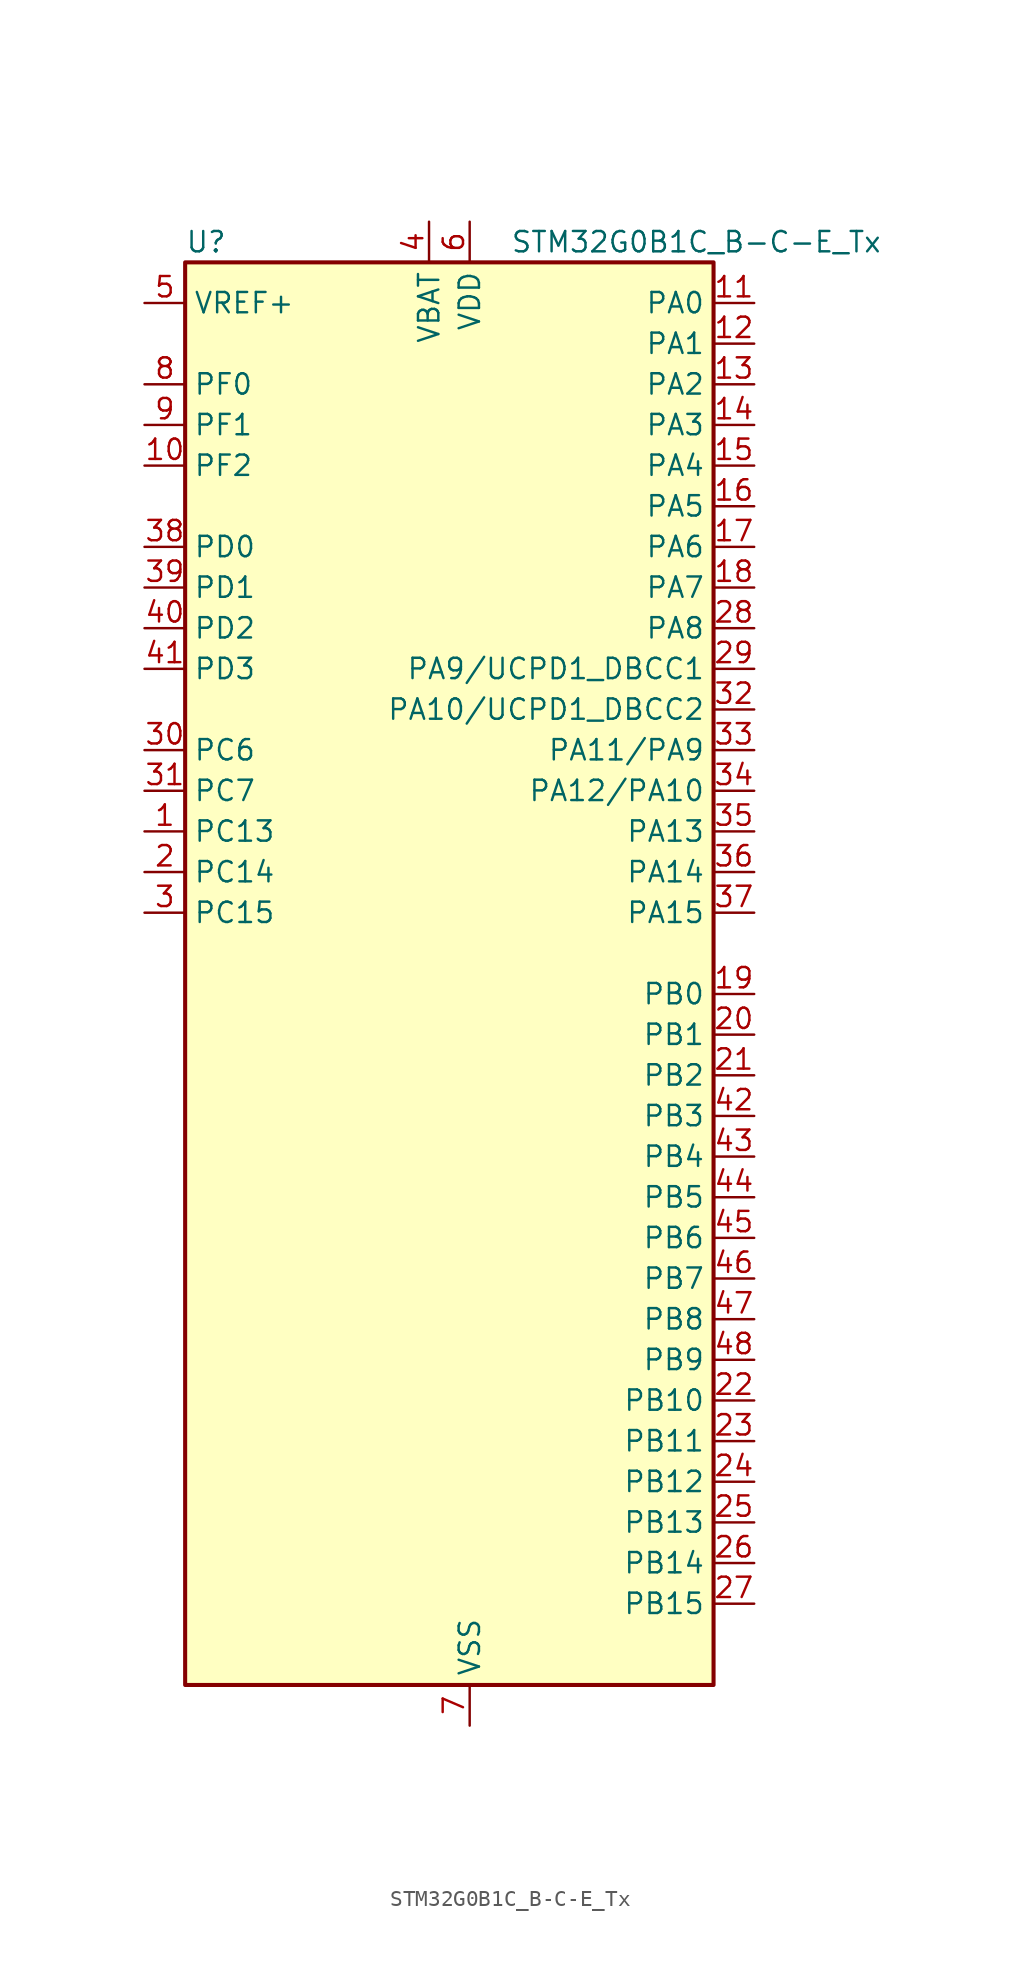
<source format=kicad_sym>
(kicad_symbol_lib
  (version 20231120)
  (generator "kicad_symbol_editor")
  (generator_version "8.0")
  (symbol "STM32G0B1C_B-C-E_Tx"
    (property "Reference" "U"
      (at -15.24 46.99 0)
      (effects (font (size 1.27 1.27)) (justify left)))
    (property "Value" "STM32G0B1C_B-C-E_Tx"
      (at 5.08 46.99 0)
      (effects (font (size 1.27 1.27)) (justify left)))
    (property "ki_locked" ""
      (at 0 0 0)
      (effects (font (size 1.27 1.27))))
    (symbol "STM32G0B1C_B-C-E_Tx_0_1"
      (rectangle (start -15.24 -43.18) (end 17.78 45.72) (stroke (width 0.254) (type default)) (fill (type background))))
    (symbol "STM32G0B1C_B-C-E_Tx_1_1"
      (pin bidirectional line (at -17.78 10.16 0) (length 2.54) (name "PC13" (effects (font (size 1.27 1.27)))) (number "1" (effects (font (size 1.27 1.27)))) (alternate "RTC_OUT1" bidirectional line) (alternate "RTC_TAMP_IN1" bidirectional line) (alternate "RTC_TS" bidirectional line) (alternate "SYS_WKUP2" bidirectional line) (alternate "TIM1_BK" bidirectional line))
      (pin bidirectional line (at -17.78 33.02 0) (length 2.54) (name "PF2" (effects (font (size 1.27 1.27)))) (number "10" (effects (font (size 1.27 1.27)))) (alternate "LPUART2_DE" bidirectional line) (alternate "LPUART2_RTS" bidirectional line) (alternate "LPUART2_TX" bidirectional line) (alternate "RCC_MCO" bidirectional line))
      (pin bidirectional line (at 20.32 43.18 180) (length 2.54) (name "PA0" (effects (font (size 1.27 1.27)))) (number "11" (effects (font (size 1.27 1.27)))) (alternate "ADC1_IN0" bidirectional line) (alternate "COMP1_INM" bidirectional line) (alternate "COMP1_OUT" bidirectional line) (alternate "I2S2_CK" bidirectional line) (alternate "LPTIM1_OUT" bidirectional line) (alternate "RTC_TAMP_IN2" bidirectional line) (alternate "SPI2_SCK" bidirectional line) (alternate "SYS_WKUP1" bidirectional line) (alternate "TIM2_CH1" bidirectional line) (alternate "TIM2_ETR" bidirectional line) (alternate "UCPD2_FRSTX1" bidirectional line) (alternate "UCPD2_FRSTX2" bidirectional line) (alternate "USART2_CTS" bidirectional line) (alternate "USART2_NSS" bidirectional line) (alternate "USART4_TX" bidirectional line))
      (pin bidirectional line (at 20.32 40.64 180) (length 2.54) (name "PA1" (effects (font (size 1.27 1.27)))) (number "12" (effects (font (size 1.27 1.27)))) (alternate "ADC1_IN1" bidirectional line) (alternate "COMP1_INP" bidirectional line) (alternate "I2C1_SMBA" bidirectional line) (alternate "I2S1_CK" bidirectional line) (alternate "SPI1_SCK" bidirectional line) (alternate "TIM15_CH1N" bidirectional line) (alternate "TIM2_CH2" bidirectional line) (alternate "USART2_CK" bidirectional line) (alternate "USART2_DE" bidirectional line) (alternate "USART2_RTS" bidirectional line) (alternate "USART4_RX" bidirectional line))
      (pin bidirectional line (at 20.32 38.1 180) (length 2.54) (name "PA2" (effects (font (size 1.27 1.27)))) (number "13" (effects (font (size 1.27 1.27)))) (alternate "ADC1_IN2" bidirectional line) (alternate "COMP2_INM" bidirectional line) (alternate "COMP2_OUT" bidirectional line) (alternate "I2S1_SD" bidirectional line) (alternate "LPUART1_TX" bidirectional line) (alternate "RCC_LSCO" bidirectional line) (alternate "SPI1_MOSI" bidirectional line) (alternate "SYS_WKUP4" bidirectional line) (alternate "TIM15_CH1" bidirectional line) (alternate "TIM2_CH3" bidirectional line) (alternate "UCPD1_FRSTX1" bidirectional line) (alternate "UCPD1_FRSTX2" bidirectional line) (alternate "USART2_TX" bidirectional line))
      (pin bidirectional line (at 20.32 35.56 180) (length 2.54) (name "PA3" (effects (font (size 1.27 1.27)))) (number "14" (effects (font (size 1.27 1.27)))) (alternate "ADC1_IN3" bidirectional line) (alternate "COMP2_INP" bidirectional line) (alternate "I2S2_MCK" bidirectional line) (alternate "LPUART1_RX" bidirectional line) (alternate "SPI2_MISO" bidirectional line) (alternate "TIM15_CH2" bidirectional line) (alternate "TIM2_CH4" bidirectional line) (alternate "UCPD2_FRSTX1" bidirectional line) (alternate "UCPD2_FRSTX2" bidirectional line) (alternate "USART2_RX" bidirectional line))
      (pin bidirectional line (at 20.32 33.02 180) (length 2.54) (name "PA4" (effects (font (size 1.27 1.27)))) (number "15" (effects (font (size 1.27 1.27)))) (alternate "ADC1_IN4" bidirectional line) (alternate "DAC1_OUT1" bidirectional line) (alternate "I2S1_WS" bidirectional line) (alternate "I2S2_SD" bidirectional line) (alternate "LPTIM2_OUT" bidirectional line) (alternate "RTC_OUT2" bidirectional line) (alternate "SPI1_NSS" bidirectional line) (alternate "SPI2_MOSI" bidirectional line) (alternate "SPI3_NSS" bidirectional line) (alternate "TIM14_CH1" bidirectional line) (alternate "UCPD2_FRSTX1" bidirectional line) (alternate "UCPD2_FRSTX2" bidirectional line) (alternate "USART6_TX" bidirectional line) (alternate "USB_NOE" bidirectional line))
      (pin bidirectional line (at 20.32 30.48 180) (length 2.54) (name "PA5" (effects (font (size 1.27 1.27)))) (number "16" (effects (font (size 1.27 1.27)))) (alternate "ADC1_IN5" bidirectional line) (alternate "CEC" bidirectional line) (alternate "DAC1_OUT2" bidirectional line) (alternate "I2S1_CK" bidirectional line) (alternate "LPTIM2_ETR" bidirectional line) (alternate "SPI1_SCK" bidirectional line) (alternate "TIM2_CH1" bidirectional line) (alternate "TIM2_ETR" bidirectional line) (alternate "UCPD1_FRSTX1" bidirectional line) (alternate "UCPD1_FRSTX2" bidirectional line) (alternate "USART3_TX" bidirectional line) (alternate "USART6_RX" bidirectional line))
      (pin bidirectional line (at 20.32 27.94 180) (length 2.54) (name "PA6" (effects (font (size 1.27 1.27)))) (number "17" (effects (font (size 1.27 1.27)))) (alternate "ADC1_IN6" bidirectional line) (alternate "COMP1_OUT" bidirectional line) (alternate "I2C2_SDA" bidirectional line) (alternate "I2C3_SDA" bidirectional line) (alternate "I2S1_MCK" bidirectional line) (alternate "LPUART1_CTS" bidirectional line) (alternate "SPI1_MISO" bidirectional line) (alternate "TIM16_CH1" bidirectional line) (alternate "TIM1_BK" bidirectional line) (alternate "TIM3_CH1" bidirectional line) (alternate "USART3_CTS" bidirectional line) (alternate "USART3_NSS" bidirectional line) (alternate "USART6_CTS" bidirectional line) (alternate "USART6_NSS" bidirectional line))
      (pin bidirectional line (at 20.32 25.4 180) (length 2.54) (name "PA7" (effects (font (size 1.27 1.27)))) (number "18" (effects (font (size 1.27 1.27)))) (alternate "ADC1_IN7" bidirectional line) (alternate "COMP2_OUT" bidirectional line) (alternate "I2C2_SCL" bidirectional line) (alternate "I2C3_SCL" bidirectional line) (alternate "I2S1_SD" bidirectional line) (alternate "SPI1_MOSI" bidirectional line) (alternate "TIM14_CH1" bidirectional line) (alternate "TIM17_CH1" bidirectional line) (alternate "TIM1_CH1N" bidirectional line) (alternate "TIM3_CH2" bidirectional line) (alternate "UCPD1_FRSTX1" bidirectional line) (alternate "UCPD1_FRSTX2" bidirectional line) (alternate "USART6_CK" bidirectional line) (alternate "USART6_DE" bidirectional line) (alternate "USART6_RTS" bidirectional line))
      (pin bidirectional line (at 20.32 0 180) (length 2.54) (name "PB0" (effects (font (size 1.27 1.27)))) (number "19" (effects (font (size 1.27 1.27)))) (alternate "ADC1_IN8" bidirectional line) (alternate "COMP1_OUT" bidirectional line) (alternate "COMP3_INP" bidirectional line) (alternate "FDCAN2_RX" bidirectional line) (alternate "I2S1_WS" bidirectional line) (alternate "LPTIM1_OUT" bidirectional line) (alternate "LPUART2_CTS" bidirectional line) (alternate "SPI1_NSS" bidirectional line) (alternate "TIM1_CH2N" bidirectional line) (alternate "TIM3_CH3" bidirectional line) (alternate "UCPD1_FRSTX1" bidirectional line) (alternate "UCPD1_FRSTX2" bidirectional line) (alternate "USART3_RX" bidirectional line) (alternate "USART5_TX" bidirectional line))
      (pin bidirectional line (at -17.78 7.62 0) (length 2.54) (name "PC14" (effects (font (size 1.27 1.27)))) (number "2" (effects (font (size 1.27 1.27)))) (alternate "RCC_OSC32_IN" bidirectional line) (alternate "TIM1_BK2" bidirectional line))
      (pin bidirectional line (at 20.32 -2.54 180) (length 2.54) (name "PB1" (effects (font (size 1.27 1.27)))) (number "20" (effects (font (size 1.27 1.27)))) (alternate "ADC1_IN9" bidirectional line) (alternate "COMP1_INM" bidirectional line) (alternate "COMP3_OUT" bidirectional line) (alternate "FDCAN2_TX" bidirectional line) (alternate "LPTIM2_IN1" bidirectional line) (alternate "LPUART1_DE" bidirectional line) (alternate "LPUART1_RTS" bidirectional line) (alternate "LPUART2_DE" bidirectional line) (alternate "LPUART2_RTS" bidirectional line) (alternate "TIM14_CH1" bidirectional line) (alternate "TIM1_CH3N" bidirectional line) (alternate "TIM3_CH4" bidirectional line) (alternate "USART3_CK" bidirectional line) (alternate "USART3_DE" bidirectional line) (alternate "USART3_RTS" bidirectional line) (alternate "USART5_RX" bidirectional line))
      (pin bidirectional line (at 20.32 -5.08 180) (length 2.54) (name "PB2" (effects (font (size 1.27 1.27)))) (number "21" (effects (font (size 1.27 1.27)))) (alternate "ADC1_IN10" bidirectional line) (alternate "COMP1_INP" bidirectional line) (alternate "COMP3_INM" bidirectional line) (alternate "I2S2_MCK" bidirectional line) (alternate "LPTIM1_OUT" bidirectional line) (alternate "RCC_MCO_2" bidirectional line) (alternate "SPI2_MISO" bidirectional line) (alternate "USART3_TX" bidirectional line))
      (pin bidirectional line (at 20.32 -25.4 180) (length 2.54) (name "PB10" (effects (font (size 1.27 1.27)))) (number "22" (effects (font (size 1.27 1.27)))) (alternate "ADC1_IN11" bidirectional line) (alternate "CEC" bidirectional line) (alternate "COMP1_OUT" bidirectional line) (alternate "I2C2_SCL" bidirectional line) (alternate "I2S2_CK" bidirectional line) (alternate "LPUART1_RX" bidirectional line) (alternate "SPI2_SCK" bidirectional line) (alternate "TIM2_CH3" bidirectional line) (alternate "USART3_TX" bidirectional line))
      (pin bidirectional line (at 20.32 -27.94 180) (length 2.54) (name "PB11" (effects (font (size 1.27 1.27)))) (number "23" (effects (font (size 1.27 1.27)))) (alternate "ADC1_EXTI11" bidirectional line) (alternate "ADC1_IN15" bidirectional line) (alternate "COMP2_OUT" bidirectional line) (alternate "I2C2_SDA" bidirectional line) (alternate "I2S2_SD" bidirectional line) (alternate "LPUART1_TX" bidirectional line) (alternate "SPI2_MOSI" bidirectional line) (alternate "TIM2_CH4" bidirectional line) (alternate "USART3_RX" bidirectional line))
      (pin bidirectional line (at 20.32 -30.48 180) (length 2.54) (name "PB12" (effects (font (size 1.27 1.27)))) (number "24" (effects (font (size 1.27 1.27)))) (alternate "ADC1_IN16" bidirectional line) (alternate "FDCAN2_RX" bidirectional line) (alternate "I2C2_SMBA" bidirectional line) (alternate "I2S2_WS" bidirectional line) (alternate "LPUART1_DE" bidirectional line) (alternate "LPUART1_RTS" bidirectional line) (alternate "SPI2_NSS" bidirectional line) (alternate "TIM15_BK" bidirectional line) (alternate "TIM1_BK" bidirectional line) (alternate "UCPD2_FRSTX1" bidirectional line) (alternate "UCPD2_FRSTX2" bidirectional line))
      (pin bidirectional line (at 20.32 -33.02 180) (length 2.54) (name "PB13" (effects (font (size 1.27 1.27)))) (number "25" (effects (font (size 1.27 1.27)))) (alternate "FDCAN2_TX" bidirectional line) (alternate "I2C2_SCL" bidirectional line) (alternate "I2S2_CK" bidirectional line) (alternate "LPUART1_CTS" bidirectional line) (alternate "SPI2_SCK" bidirectional line) (alternate "TIM15_CH1N" bidirectional line) (alternate "TIM1_CH1N" bidirectional line) (alternate "USART3_CTS" bidirectional line) (alternate "USART3_NSS" bidirectional line))
      (pin bidirectional line (at 20.32 -35.56 180) (length 2.54) (name "PB14" (effects (font (size 1.27 1.27)))) (number "26" (effects (font (size 1.27 1.27)))) (alternate "I2C2_SDA" bidirectional line) (alternate "I2S2_MCK" bidirectional line) (alternate "SPI2_MISO" bidirectional line) (alternate "TIM15_CH1" bidirectional line) (alternate "TIM1_CH2N" bidirectional line) (alternate "UCPD1_FRSTX1" bidirectional line) (alternate "UCPD1_FRSTX2" bidirectional line) (alternate "USART3_CK" bidirectional line) (alternate "USART3_DE" bidirectional line) (alternate "USART3_RTS" bidirectional line) (alternate "USART6_CK" bidirectional line) (alternate "USART6_DE" bidirectional line) (alternate "USART6_RTS" bidirectional line))
      (pin bidirectional line (at 20.32 -38.1 180) (length 2.54) (name "PB15" (effects (font (size 1.27 1.27)))) (number "27" (effects (font (size 1.27 1.27)))) (alternate "I2S2_SD" bidirectional line) (alternate "RTC_REFIN" bidirectional line) (alternate "SPI2_MOSI" bidirectional line) (alternate "TIM15_CH1N" bidirectional line) (alternate "TIM15_CH2" bidirectional line) (alternate "TIM1_CH3N" bidirectional line) (alternate "UCPD1_CC2" bidirectional line) (alternate "USART6_CTS" bidirectional line) (alternate "USART6_NSS" bidirectional line))
      (pin bidirectional line (at 20.32 22.86 180) (length 2.54) (name "PA8" (effects (font (size 1.27 1.27)))) (number "28" (effects (font (size 1.27 1.27)))) (alternate "CRS1_SYNC" bidirectional line) (alternate "I2C2_SMBA" bidirectional line) (alternate "I2S2_WS" bidirectional line) (alternate "LPTIM2_OUT" bidirectional line) (alternate "RCC_MCO" bidirectional line) (alternate "SPI2_NSS" bidirectional line) (alternate "TIM1_CH1" bidirectional line) (alternate "UCPD1_CC1" bidirectional line))
      (pin bidirectional line (at 20.32 20.32 180) (length 2.54) (name "PA9/UCPD1_DBCC1" (effects (font (size 1.27 1.27)))) (number "29" (effects (font (size 1.27 1.27)))) (alternate "DAC1_EXTI9" bidirectional line) (alternate "I2C1_SCL" bidirectional line) (alternate "I2C2_SCL" bidirectional line) (alternate "I2S2_MCK" bidirectional line) (alternate "RCC_MCO" bidirectional line) (alternate "SPI2_MISO" bidirectional line) (alternate "TIM15_BK" bidirectional line) (alternate "TIM1_CH2" bidirectional line) (alternate "UCPD1_DBCC1" bidirectional line) (alternate "USART1_TX" bidirectional line))
      (pin bidirectional line (at -17.78 5.08 0) (length 2.54) (name "PC15" (effects (font (size 1.27 1.27)))) (number "3" (effects (font (size 1.27 1.27)))) (alternate "RCC_OSC32_EN" bidirectional line) (alternate "RCC_OSC32_OUT" bidirectional line) (alternate "RCC_OSC_EN" bidirectional line) (alternate "TIM15_BK" bidirectional line))
      (pin bidirectional line (at -17.78 15.24 0) (length 2.54) (name "PC6" (effects (font (size 1.27 1.27)))) (number "30" (effects (font (size 1.27 1.27)))) (alternate "LPUART2_TX" bidirectional line) (alternate "TIM2_CH3" bidirectional line) (alternate "TIM3_CH1" bidirectional line) (alternate "UCPD1_FRSTX1" bidirectional line) (alternate "UCPD1_FRSTX2" bidirectional line))
      (pin bidirectional line (at -17.78 12.7 0) (length 2.54) (name "PC7" (effects (font (size 1.27 1.27)))) (number "31" (effects (font (size 1.27 1.27)))) (alternate "LPUART2_RX" bidirectional line) (alternate "TIM2_CH4" bidirectional line) (alternate "TIM3_CH2" bidirectional line) (alternate "UCPD2_FRSTX1" bidirectional line) (alternate "UCPD2_FRSTX2" bidirectional line))
      (pin bidirectional line (at 20.32 17.78 180) (length 2.54) (name "PA10/UCPD1_DBCC2" (effects (font (size 1.27 1.27)))) (number "32" (effects (font (size 1.27 1.27)))) (alternate "I2C1_SDA" bidirectional line) (alternate "I2C2_SDA" bidirectional line) (alternate "I2S2_SD" bidirectional line) (alternate "RCC_MCO_2" bidirectional line) (alternate "SPI2_MOSI" bidirectional line) (alternate "TIM17_BK" bidirectional line) (alternate "TIM1_CH3" bidirectional line) (alternate "UCPD1_DBCC2" bidirectional line) (alternate "USART1_RX" bidirectional line))
      (pin bidirectional line (at 20.32 15.24 180) (length 2.54) (name "PA11/PA9" (effects (font (size 1.27 1.27)))) (number "33" (effects (font (size 1.27 1.27)))) (alternate "ADC1_EXTI11" bidirectional line) (alternate "COMP1_OUT" bidirectional line) (alternate "FDCAN1_RX" bidirectional line) (alternate "I2C2_SCL" bidirectional line) (alternate "I2S1_MCK" bidirectional line) (alternate "SPI1_MISO" bidirectional line) (alternate "TIM1_BK2" bidirectional line) (alternate "TIM1_CH4" bidirectional line) (alternate "USART1_CTS" bidirectional line) (alternate "USART1_NSS" bidirectional line) (alternate "USB_DM" bidirectional line))
      (pin bidirectional line (at 20.32 12.7 180) (length 2.54) (name "PA12/PA10" (effects (font (size 1.27 1.27)))) (number "34" (effects (font (size 1.27 1.27)))) (alternate "COMP2_OUT" bidirectional line) (alternate "FDCAN1_TX" bidirectional line) (alternate "I2C2_SDA" bidirectional line) (alternate "I2S1_SD" bidirectional line) (alternate "I2S_CKIN" bidirectional line) (alternate "SPI1_MOSI" bidirectional line) (alternate "TIM1_ETR" bidirectional line) (alternate "USART1_CK" bidirectional line) (alternate "USART1_DE" bidirectional line) (alternate "USART1_RTS" bidirectional line) (alternate "USB_DP" bidirectional line))
      (pin bidirectional line (at 20.32 10.16 180) (length 2.54) (name "PA13" (effects (font (size 1.27 1.27)))) (number "35" (effects (font (size 1.27 1.27)))) (alternate "IR_OUT" bidirectional line) (alternate "LPUART2_RX" bidirectional line) (alternate "SYS_SWDIO" bidirectional line) (alternate "USB_NOE" bidirectional line))
      (pin bidirectional line (at 20.32 7.62 180) (length 2.54) (name "PA14" (effects (font (size 1.27 1.27)))) (number "36" (effects (font (size 1.27 1.27)))) (alternate "LPUART2_TX" bidirectional line) (alternate "SYS_SWCLK" bidirectional line) (alternate "USART2_TX" bidirectional line))
      (pin bidirectional line (at 20.32 5.08 180) (length 2.54) (name "PA15" (effects (font (size 1.27 1.27)))) (number "37" (effects (font (size 1.27 1.27)))) (alternate "I2C2_SMBA" bidirectional line) (alternate "I2S1_WS" bidirectional line) (alternate "RCC_MCO_2" bidirectional line) (alternate "SPI1_NSS" bidirectional line) (alternate "SPI3_NSS" bidirectional line) (alternate "TIM2_CH1" bidirectional line) (alternate "TIM2_ETR" bidirectional line) (alternate "USART2_RX" bidirectional line) (alternate "USART3_CK" bidirectional line) (alternate "USART3_DE" bidirectional line) (alternate "USART3_RTS" bidirectional line) (alternate "USART4_CK" bidirectional line) (alternate "USART4_DE" bidirectional line) (alternate "USART4_RTS" bidirectional line) (alternate "USB_NOE" bidirectional line))
      (pin bidirectional line (at -17.78 27.94 0) (length 2.54) (name "PD0" (effects (font (size 1.27 1.27)))) (number "38" (effects (font (size 1.27 1.27)))) (alternate "FDCAN1_RX" bidirectional line) (alternate "I2S2_WS" bidirectional line) (alternate "SPI2_NSS" bidirectional line) (alternate "TIM16_CH1" bidirectional line) (alternate "UCPD2_CC1" bidirectional line))
      (pin bidirectional line (at -17.78 25.4 0) (length 2.54) (name "PD1" (effects (font (size 1.27 1.27)))) (number "39" (effects (font (size 1.27 1.27)))) (alternate "FDCAN1_TX" bidirectional line) (alternate "I2S2_CK" bidirectional line) (alternate "SPI2_SCK" bidirectional line) (alternate "TIM17_CH1" bidirectional line) (alternate "UCPD2_DBCC1" bidirectional line))
      (pin power_in line (at 0 48.26 270) (length 2.54) (name "VBAT" (effects (font (size 1.27 1.27)))) (number "4" (effects (font (size 1.27 1.27)))))
      (pin bidirectional line (at -17.78 22.86 0) (length 2.54) (name "PD2" (effects (font (size 1.27 1.27)))) (number "40" (effects (font (size 1.27 1.27)))) (alternate "TIM1_CH1N" bidirectional line) (alternate "TIM3_ETR" bidirectional line) (alternate "UCPD2_CC2" bidirectional line) (alternate "USART3_CK" bidirectional line) (alternate "USART3_DE" bidirectional line) (alternate "USART3_RTS" bidirectional line) (alternate "USART5_RX" bidirectional line))
      (pin bidirectional line (at -17.78 20.32 0) (length 2.54) (name "PD3" (effects (font (size 1.27 1.27)))) (number "41" (effects (font (size 1.27 1.27)))) (alternate "I2S2_MCK" bidirectional line) (alternate "SPI2_MISO" bidirectional line) (alternate "TIM1_CH2N" bidirectional line) (alternate "UCPD2_DBCC2" bidirectional line) (alternate "USART2_CTS" bidirectional line) (alternate "USART2_NSS" bidirectional line) (alternate "USART5_TX" bidirectional line))
      (pin bidirectional line (at 20.32 -7.62 180) (length 2.54) (name "PB3" (effects (font (size 1.27 1.27)))) (number "42" (effects (font (size 1.27 1.27)))) (alternate "COMP2_INM" bidirectional line) (alternate "I2C2_SCL" bidirectional line) (alternate "I2C3_SCL" bidirectional line) (alternate "I2S1_CK" bidirectional line) (alternate "SPI1_SCK" bidirectional line) (alternate "SPI3_SCK" bidirectional line) (alternate "TIM1_CH2" bidirectional line) (alternate "TIM2_CH2" bidirectional line) (alternate "USART1_CK" bidirectional line) (alternate "USART1_DE" bidirectional line) (alternate "USART1_RTS" bidirectional line) (alternate "USART5_TX" bidirectional line))
      (pin bidirectional line (at 20.32 -10.16 180) (length 2.54) (name "PB4" (effects (font (size 1.27 1.27)))) (number "43" (effects (font (size 1.27 1.27)))) (alternate "COMP2_INP" bidirectional line) (alternate "I2C2_SDA" bidirectional line) (alternate "I2C3_SDA" bidirectional line) (alternate "I2S1_MCK" bidirectional line) (alternate "SPI1_MISO" bidirectional line) (alternate "SPI3_MISO" bidirectional line) (alternate "TIM17_BK" bidirectional line) (alternate "TIM3_CH1" bidirectional line) (alternate "USART1_CTS" bidirectional line) (alternate "USART1_NSS" bidirectional line) (alternate "USART5_RX" bidirectional line))
      (pin bidirectional line (at 20.32 -12.7 180) (length 2.54) (name "PB5" (effects (font (size 1.27 1.27)))) (number "44" (effects (font (size 1.27 1.27)))) (alternate "COMP2_OUT" bidirectional line) (alternate "FDCAN2_RX" bidirectional line) (alternate "I2C1_SMBA" bidirectional line) (alternate "I2S1_SD" bidirectional line) (alternate "LPTIM1_IN1" bidirectional line) (alternate "SPI1_MOSI" bidirectional line) (alternate "SPI3_MOSI" bidirectional line) (alternate "SYS_WKUP6" bidirectional line) (alternate "TIM16_BK" bidirectional line) (alternate "TIM3_CH2" bidirectional line) (alternate "USART5_CK" bidirectional line) (alternate "USART5_DE" bidirectional line) (alternate "USART5_RTS" bidirectional line))
      (pin bidirectional line (at 20.32 -15.24 180) (length 2.54) (name "PB6" (effects (font (size 1.27 1.27)))) (number "45" (effects (font (size 1.27 1.27)))) (alternate "COMP2_INP" bidirectional line) (alternate "FDCAN2_TX" bidirectional line) (alternate "I2C1_SCL" bidirectional line) (alternate "I2S2_MCK" bidirectional line) (alternate "LPTIM1_ETR" bidirectional line) (alternate "LPUART2_TX" bidirectional line) (alternate "SPI2_MISO" bidirectional line) (alternate "TIM16_CH1N" bidirectional line) (alternate "TIM1_CH3" bidirectional line) (alternate "TIM4_CH1" bidirectional line) (alternate "USART1_TX" bidirectional line) (alternate "USART5_CTS" bidirectional line) (alternate "USART5_NSS" bidirectional line))
      (pin bidirectional line (at 20.32 -17.78 180) (length 2.54) (name "PB7" (effects (font (size 1.27 1.27)))) (number "46" (effects (font (size 1.27 1.27)))) (alternate "COMP2_INM" bidirectional line) (alternate "I2C1_SDA" bidirectional line) (alternate "I2S2_SD" bidirectional line) (alternate "LPTIM1_IN2" bidirectional line) (alternate "LPUART2_RX" bidirectional line) (alternate "SPI2_MOSI" bidirectional line) (alternate "SYS_PVD_IN" bidirectional line) (alternate "TIM17_CH1N" bidirectional line) (alternate "TIM4_CH2" bidirectional line) (alternate "USART1_RX" bidirectional line) (alternate "USART4_CTS" bidirectional line) (alternate "USART4_NSS" bidirectional line))
      (pin bidirectional line (at 20.32 -20.32 180) (length 2.54) (name "PB8" (effects (font (size 1.27 1.27)))) (number "47" (effects (font (size 1.27 1.27)))) (alternate "CEC" bidirectional line) (alternate "FDCAN1_RX" bidirectional line) (alternate "I2C1_SCL" bidirectional line) (alternate "I2S2_CK" bidirectional line) (alternate "SPI2_SCK" bidirectional line) (alternate "TIM15_BK" bidirectional line) (alternate "TIM16_CH1" bidirectional line) (alternate "TIM4_CH3" bidirectional line) (alternate "USART3_TX" bidirectional line) (alternate "USART6_TX" bidirectional line))
      (pin bidirectional line (at 20.32 -22.86 180) (length 2.54) (name "PB9" (effects (font (size 1.27 1.27)))) (number "48" (effects (font (size 1.27 1.27)))) (alternate "DAC1_EXTI9" bidirectional line) (alternate "FDCAN1_TX" bidirectional line) (alternate "I2C1_SDA" bidirectional line) (alternate "I2S2_WS" bidirectional line) (alternate "IR_OUT" bidirectional line) (alternate "SPI2_NSS" bidirectional line) (alternate "TIM17_CH1" bidirectional line) (alternate "TIM4_CH4" bidirectional line) (alternate "UCPD2_FRSTX1" bidirectional line) (alternate "UCPD2_FRSTX2" bidirectional line) (alternate "USART3_RX" bidirectional line) (alternate "USART6_RX" bidirectional line))
      (pin input line (at -17.78 43.18 0) (length 2.54) (name "VREF+" (effects (font (size 1.27 1.27)))) (number "5" (effects (font (size 1.27 1.27)))) (alternate "VREFBUF_OUT" bidirectional line))
      (pin power_in line (at 2.54 48.26 270) (length 2.54) (name "VDD" (effects (font (size 1.27 1.27)))) (number "6" (effects (font (size 1.27 1.27)))))
      (pin power_in line (at 2.54 -45.72 90) (length 2.54) (name "VSS" (effects (font (size 1.27 1.27)))) (number "7" (effects (font (size 1.27 1.27)))))
      (pin bidirectional line (at -17.78 38.1 0) (length 2.54) (name "PF0" (effects (font (size 1.27 1.27)))) (number "8" (effects (font (size 1.27 1.27)))) (alternate "CRS1_SYNC" bidirectional line) (alternate "RCC_OSC_IN" bidirectional line) (alternate "TIM14_CH1" bidirectional line))
      (pin bidirectional line (at -17.78 35.56 0) (length 2.54) (name "PF1" (effects (font (size 1.27 1.27)))) (number "9" (effects (font (size 1.27 1.27)))) (alternate "RCC_OSC_EN" bidirectional line) (alternate "RCC_OSC_OUT" bidirectional line) (alternate "TIM15_CH1N" bidirectional line)))))
</source>
